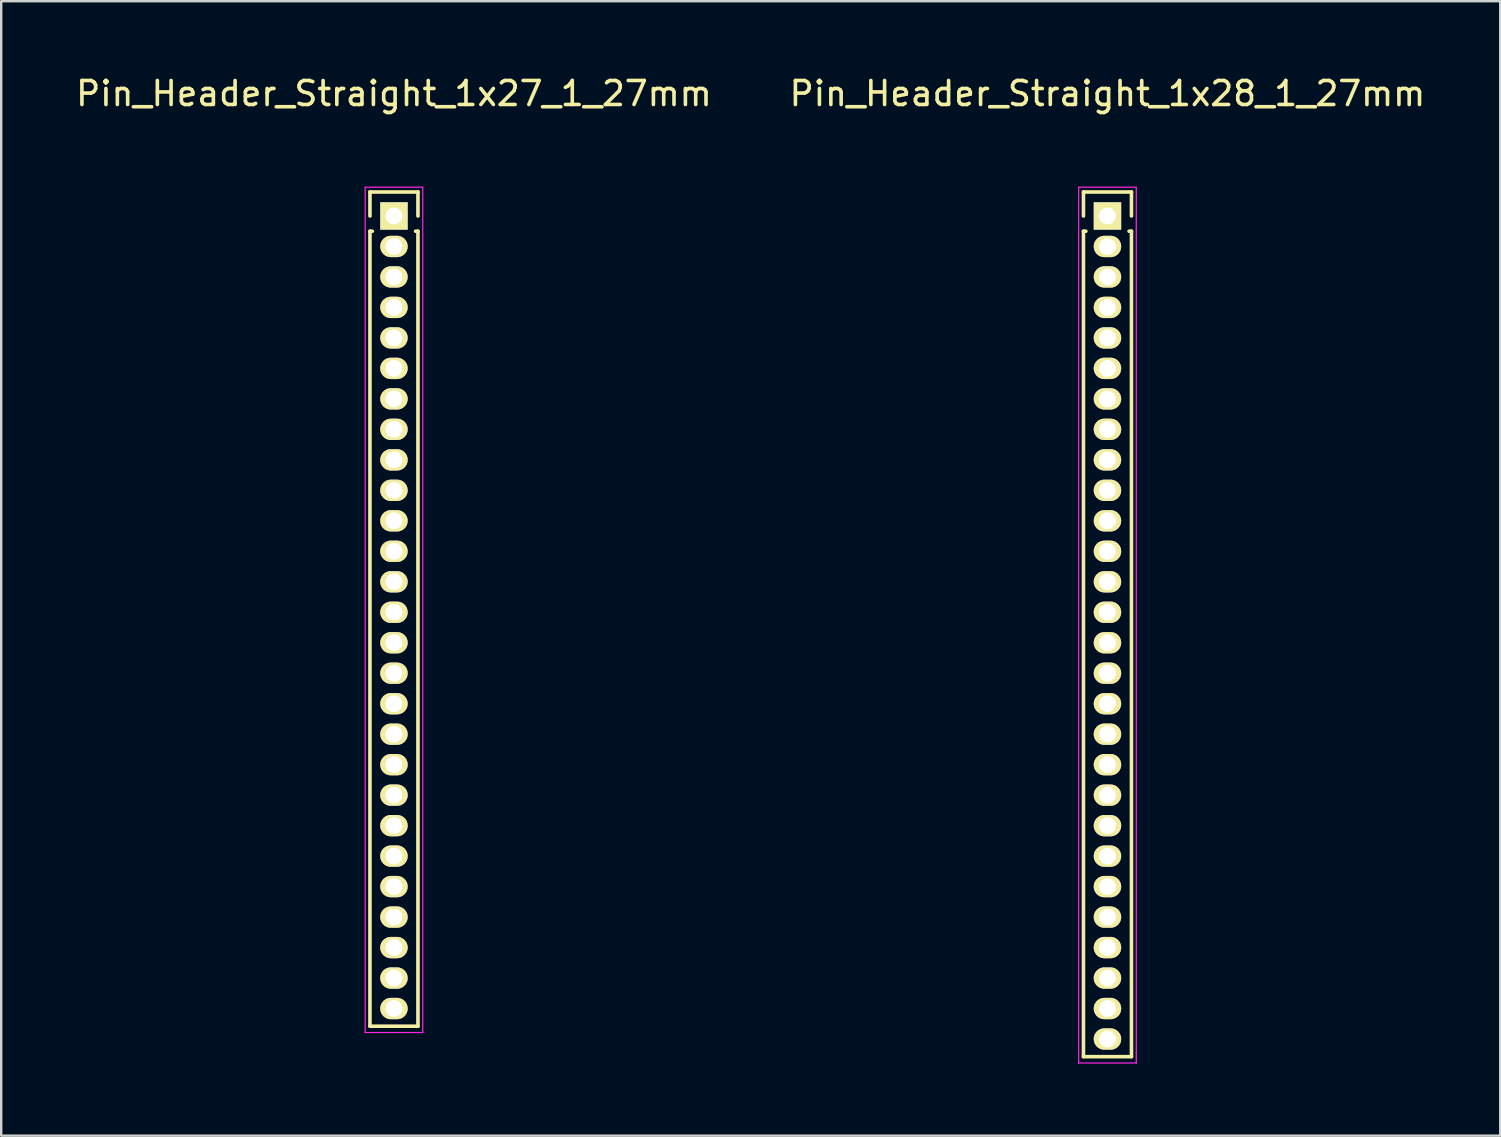
<source format=kicad_pcb>
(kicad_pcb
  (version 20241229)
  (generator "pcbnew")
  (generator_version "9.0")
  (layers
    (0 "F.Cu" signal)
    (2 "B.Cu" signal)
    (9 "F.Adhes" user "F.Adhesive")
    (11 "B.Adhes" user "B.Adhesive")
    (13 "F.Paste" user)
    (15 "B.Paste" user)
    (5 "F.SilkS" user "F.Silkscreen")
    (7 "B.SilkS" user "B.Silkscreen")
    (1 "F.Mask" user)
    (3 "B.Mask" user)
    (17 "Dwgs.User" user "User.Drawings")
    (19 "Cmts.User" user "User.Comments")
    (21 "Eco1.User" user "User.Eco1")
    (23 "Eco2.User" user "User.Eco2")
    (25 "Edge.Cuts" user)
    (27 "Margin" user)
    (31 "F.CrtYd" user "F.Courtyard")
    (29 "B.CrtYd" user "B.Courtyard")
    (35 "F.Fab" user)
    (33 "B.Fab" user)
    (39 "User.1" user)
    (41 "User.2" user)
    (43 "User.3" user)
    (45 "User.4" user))
  (footprint "Pin_Header_Straight_1x28_1_27mm"
    (layer "F.Cu")
    (at 43.089 5.948)
    (property "Reference" "Pin_Header_Straight_1x28_1_27mm" (at 0 -5.1 0) (layer "F.SilkS") (effects (font (size 1 1) (thickness 0.15))))
    (attr through_hole)
    (fp_line (start -1 -1) (end 1 -1) (stroke (width 0.15) (type solid)) (layer "F.SilkS"))
    (fp_line (start -1 0) (end -1 -1) (stroke (width 0.15) (type solid)) (layer "F.SilkS"))
    (fp_line (start -1 0.635) (end -1 35.025) (stroke (width 0.15) (type solid)) (layer "F.SilkS"))
    (fp_line (start -1 35.025) (end 1 35.025) (stroke (width 0.15) (type solid)) (layer "F.SilkS"))
    (fp_line (start -0.9 0.635) (end -1 0.635) (stroke (width 0.15) (type solid)) (layer "F.SilkS"))
    (fp_line (start 0.9 0.635) (end 1 0.635) (stroke (width 0.15) (type solid)) (layer "F.SilkS"))
    (fp_line (start 1 -1) (end 1 0) (stroke (width 0.15) (type solid)) (layer "F.SilkS"))
    (fp_line (start 1 0.635) (end 1 35.025) (stroke (width 0.15) (type solid)) (layer "F.SilkS"))
    (fp_line (start -1.2 -1.2) (end -1.2 35.29) (stroke (width 0.05) (type solid)) (layer "F.CrtYd"))
    (fp_line (start -1.2 -1.2) (end 1.2 -1.2) (stroke (width 0.05) (type solid)) (layer "F.CrtYd"))
    (fp_line (start -1.2 35.29) (end 1.2 35.29) (stroke (width 0.05) (type solid)) (layer "F.CrtYd"))
    (fp_line (start 1.2 -1.2) (end 1.2 35.29) (stroke (width 0.05) (type solid)) (layer "F.CrtYd"))
    (pad "1" thru_hole rect (at 0 0) (size 1.143 1.143) (drill 0.7) (layers "*.Cu" "*.Mask" "F.SilkS"))
    (pad "2" thru_hole oval (at 0 1.27) (size 1.143 0.889) (drill 0.7) (layers "*.Cu" "*.Mask" "F.SilkS"))
    (pad "3" thru_hole oval (at 0 2.54) (size 1.143 0.889) (drill 0.7) (layers "*.Cu" "*.Mask" "F.SilkS"))
    (pad "4" thru_hole oval (at 0 3.81) (size 1.143 0.889) (drill 0.7) (layers "*.Cu" "*.Mask" "F.SilkS"))
    (pad "5" thru_hole oval (at 0 5.08) (size 1.143 0.889) (drill 0.7) (layers "*.Cu" "*.Mask" "F.SilkS"))
    (pad "6" thru_hole oval (at 0 6.35) (size 1.143 0.889) (drill 0.7) (layers "*.Cu" "*.Mask" "F.SilkS"))
    (pad "7" thru_hole oval (at 0 7.62) (size 1.143 0.889) (drill 0.7) (layers "*.Cu" "*.Mask" "F.SilkS"))
    (pad "8" thru_hole oval (at 0 8.89) (size 1.143 0.889) (drill 0.7) (layers "*.Cu" "*.Mask" "F.SilkS"))
    (pad "9" thru_hole oval (at 0 10.16) (size 1.143 0.889) (drill 0.7) (layers "*.Cu" "*.Mask" "F.SilkS"))
    (pad "10" thru_hole oval (at 0 11.43) (size 1.143 0.889) (drill 0.7) (layers "*.Cu" "*.Mask" "F.SilkS"))
    (pad "11" thru_hole oval (at 0 12.7) (size 1.143 0.889) (drill 0.7) (layers "*.Cu" "*.Mask" "F.SilkS"))
    (pad "12" thru_hole oval (at 0 13.97) (size 1.143 0.889) (drill 0.7) (layers "*.Cu" "*.Mask" "F.SilkS"))
    (pad "13" thru_hole oval (at 0 15.24) (size 1.143 0.889) (drill 0.7) (layers "*.Cu" "*.Mask" "F.SilkS"))
    (pad "14" thru_hole oval (at 0 16.51) (size 1.143 0.889) (drill 0.7) (layers "*.Cu" "*.Mask" "F.SilkS"))
    (pad "15" thru_hole oval (at 0 17.78) (size 1.143 0.889) (drill 0.7) (layers "*.Cu" "*.Mask" "F.SilkS"))
    (pad "16" thru_hole oval (at 0 19.05) (size 1.143 0.889) (drill 0.7) (layers "*.Cu" "*.Mask" "F.SilkS"))
    (pad "17" thru_hole oval (at 0 20.32) (size 1.143 0.889) (drill 0.7) (layers "*.Cu" "*.Mask" "F.SilkS"))
    (pad "18" thru_hole oval (at 0 21.59) (size 1.143 0.889) (drill 0.7) (layers "*.Cu" "*.Mask" "F.SilkS"))
    (pad "19" thru_hole oval (at 0 22.86) (size 1.143 0.889) (drill 0.7) (layers "*.Cu" "*.Mask" "F.SilkS"))
    (pad "20" thru_hole oval (at 0 24.13) (size 1.143 0.889) (drill 0.7) (layers "*.Cu" "*.Mask" "F.SilkS"))
    (pad "21" thru_hole oval (at 0 25.4) (size 1.143 0.889) (drill 0.7) (layers "*.Cu" "*.Mask" "F.SilkS"))
    (pad "22" thru_hole oval (at 0 26.67) (size 1.143 0.889) (drill 0.7) (layers "*.Cu" "*.Mask" "F.SilkS"))
    (pad "23" thru_hole oval (at 0 27.94) (size 1.143 0.889) (drill 0.7) (layers "*.Cu" "*.Mask" "F.SilkS"))
    (pad "24" thru_hole oval (at 0 29.21) (size 1.143 0.889) (drill 0.7) (layers "*.Cu" "*.Mask" "F.SilkS"))
    (pad "25" thru_hole oval (at 0 30.48) (size 1.143 0.889) (drill 0.7) (layers "*.Cu" "*.Mask" "F.SilkS"))
    (pad "26" thru_hole oval (at 0 31.75) (size 1.143 0.889) (drill 0.7) (layers "*.Cu" "*.Mask" "F.SilkS"))
    (pad "27" thru_hole oval (at 0 33.02) (size 1.143 0.889) (drill 0.7) (layers "*.Cu" "*.Mask" "F.SilkS"))
    (pad "28" thru_hole oval (at 0 34.29) (size 1.143 0.889) (drill 0.7) (layers "*.Cu" "*.Mask" "F.SilkS")))
  (footprint "Pin_Header_Straight_1x27_1_27mm"
    (layer "F.Cu")
    (at 13.363 5.948)
    (property "Reference" "Pin_Header_Straight_1x27_1_27mm" (at 0 -5.1 0) (layer "F.SilkS") (effects (font (size 1 1) (thickness 0.15))))
    (attr through_hole)
    (fp_line (start -1 -1) (end 1 -1) (stroke (width 0.15) (type solid)) (layer "F.SilkS"))
    (fp_line (start -1 0) (end -1 -1) (stroke (width 0.15) (type solid)) (layer "F.SilkS"))
    (fp_line (start -1 0.635) (end -1 33.755) (stroke (width 0.15) (type solid)) (layer "F.SilkS"))
    (fp_line (start -1 33.755) (end 1 33.755) (stroke (width 0.15) (type solid)) (layer "F.SilkS"))
    (fp_line (start -0.9 0.635) (end -1 0.635) (stroke (width 0.15) (type solid)) (layer "F.SilkS"))
    (fp_line (start 0.9 0.635) (end 1 0.635) (stroke (width 0.15) (type solid)) (layer "F.SilkS"))
    (fp_line (start 1 -1) (end 1 0) (stroke (width 0.15) (type solid)) (layer "F.SilkS"))
    (fp_line (start 1 0.635) (end 1 33.755) (stroke (width 0.15) (type solid)) (layer "F.SilkS"))
    (fp_line (start -1.2 -1.2) (end -1.2 34.02) (stroke (width 0.05) (type solid)) (layer "F.CrtYd"))
    (fp_line (start -1.2 -1.2) (end 1.2 -1.2) (stroke (width 0.05) (type solid)) (layer "F.CrtYd"))
    (fp_line (start -1.2 34.02) (end 1.2 34.02) (stroke (width 0.05) (type solid)) (layer "F.CrtYd"))
    (fp_line (start 1.2 -1.2) (end 1.2 34.02) (stroke (width 0.05) (type solid)) (layer "F.CrtYd"))
    (pad "1" thru_hole rect (at 0 0) (size 1.143 1.143) (drill 0.7) (layers "*.Cu" "*.Mask" "F.SilkS"))
    (pad "2" thru_hole oval (at 0 1.27) (size 1.143 0.889) (drill 0.7) (layers "*.Cu" "*.Mask" "F.SilkS"))
    (pad "3" thru_hole oval (at 0 2.54) (size 1.143 0.889) (drill 0.7) (layers "*.Cu" "*.Mask" "F.SilkS"))
    (pad "4" thru_hole oval (at 0 3.81) (size 1.143 0.889) (drill 0.7) (layers "*.Cu" "*.Mask" "F.SilkS"))
    (pad "5" thru_hole oval (at 0 5.08) (size 1.143 0.889) (drill 0.7) (layers "*.Cu" "*.Mask" "F.SilkS"))
    (pad "6" thru_hole oval (at 0 6.35) (size 1.143 0.889) (drill 0.7) (layers "*.Cu" "*.Mask" "F.SilkS"))
    (pad "7" thru_hole oval (at 0 7.62) (size 1.143 0.889) (drill 0.7) (layers "*.Cu" "*.Mask" "F.SilkS"))
    (pad "8" thru_hole oval (at 0 8.89) (size 1.143 0.889) (drill 0.7) (layers "*.Cu" "*.Mask" "F.SilkS"))
    (pad "9" thru_hole oval (at 0 10.16) (size 1.143 0.889) (drill 0.7) (layers "*.Cu" "*.Mask" "F.SilkS"))
    (pad "10" thru_hole oval (at 0 11.43) (size 1.143 0.889) (drill 0.7) (layers "*.Cu" "*.Mask" "F.SilkS"))
    (pad "11" thru_hole oval (at 0 12.7) (size 1.143 0.889) (drill 0.7) (layers "*.Cu" "*.Mask" "F.SilkS"))
    (pad "12" thru_hole oval (at 0 13.97) (size 1.143 0.889) (drill 0.7) (layers "*.Cu" "*.Mask" "F.SilkS"))
    (pad "13" thru_hole oval (at 0 15.24) (size 1.143 0.889) (drill 0.7) (layers "*.Cu" "*.Mask" "F.SilkS"))
    (pad "14" thru_hole oval (at 0 16.51) (size 1.143 0.889) (drill 0.7) (layers "*.Cu" "*.Mask" "F.SilkS"))
    (pad "15" thru_hole oval (at 0 17.78) (size 1.143 0.889) (drill 0.7) (layers "*.Cu" "*.Mask" "F.SilkS"))
    (pad "16" thru_hole oval (at 0 19.05) (size 1.143 0.889) (drill 0.7) (layers "*.Cu" "*.Mask" "F.SilkS"))
    (pad "17" thru_hole oval (at 0 20.32) (size 1.143 0.889) (drill 0.7) (layers "*.Cu" "*.Mask" "F.SilkS"))
    (pad "18" thru_hole oval (at 0 21.59) (size 1.143 0.889) (drill 0.7) (layers "*.Cu" "*.Mask" "F.SilkS"))
    (pad "19" thru_hole oval (at 0 22.86) (size 1.143 0.889) (drill 0.7) (layers "*.Cu" "*.Mask" "F.SilkS"))
    (pad "20" thru_hole oval (at 0 24.13) (size 1.143 0.889) (drill 0.7) (layers "*.Cu" "*.Mask" "F.SilkS"))
    (pad "21" thru_hole oval (at 0 25.4) (size 1.143 0.889) (drill 0.7) (layers "*.Cu" "*.Mask" "F.SilkS"))
    (pad "22" thru_hole oval (at 0 26.67) (size 1.143 0.889) (drill 0.7) (layers "*.Cu" "*.Mask" "F.SilkS"))
    (pad "23" thru_hole oval (at 0 27.94) (size 1.143 0.889) (drill 0.7) (layers "*.Cu" "*.Mask" "F.SilkS"))
    (pad "24" thru_hole oval (at 0 29.21) (size 1.143 0.889) (drill 0.7) (layers "*.Cu" "*.Mask" "F.SilkS"))
    (pad "25" thru_hole oval (at 0 30.48) (size 1.143 0.889) (drill 0.7) (layers "*.Cu" "*.Mask" "F.SilkS"))
    (pad "26" thru_hole oval (at 0 31.75) (size 1.143 0.889) (drill 0.7) (layers "*.Cu" "*.Mask" "F.SilkS"))
    (pad "27" thru_hole oval (at 0 33.02) (size 1.143 0.889) (drill 0.7) (layers "*.Cu" "*.Mask" "F.SilkS")))
  (gr_rect
    (start -3 -3)
    (end 59.452 44.263)
    (stroke (width 0.1) (type default))
    (fill no)
    (layer "Edge.Cuts")))
</source>
